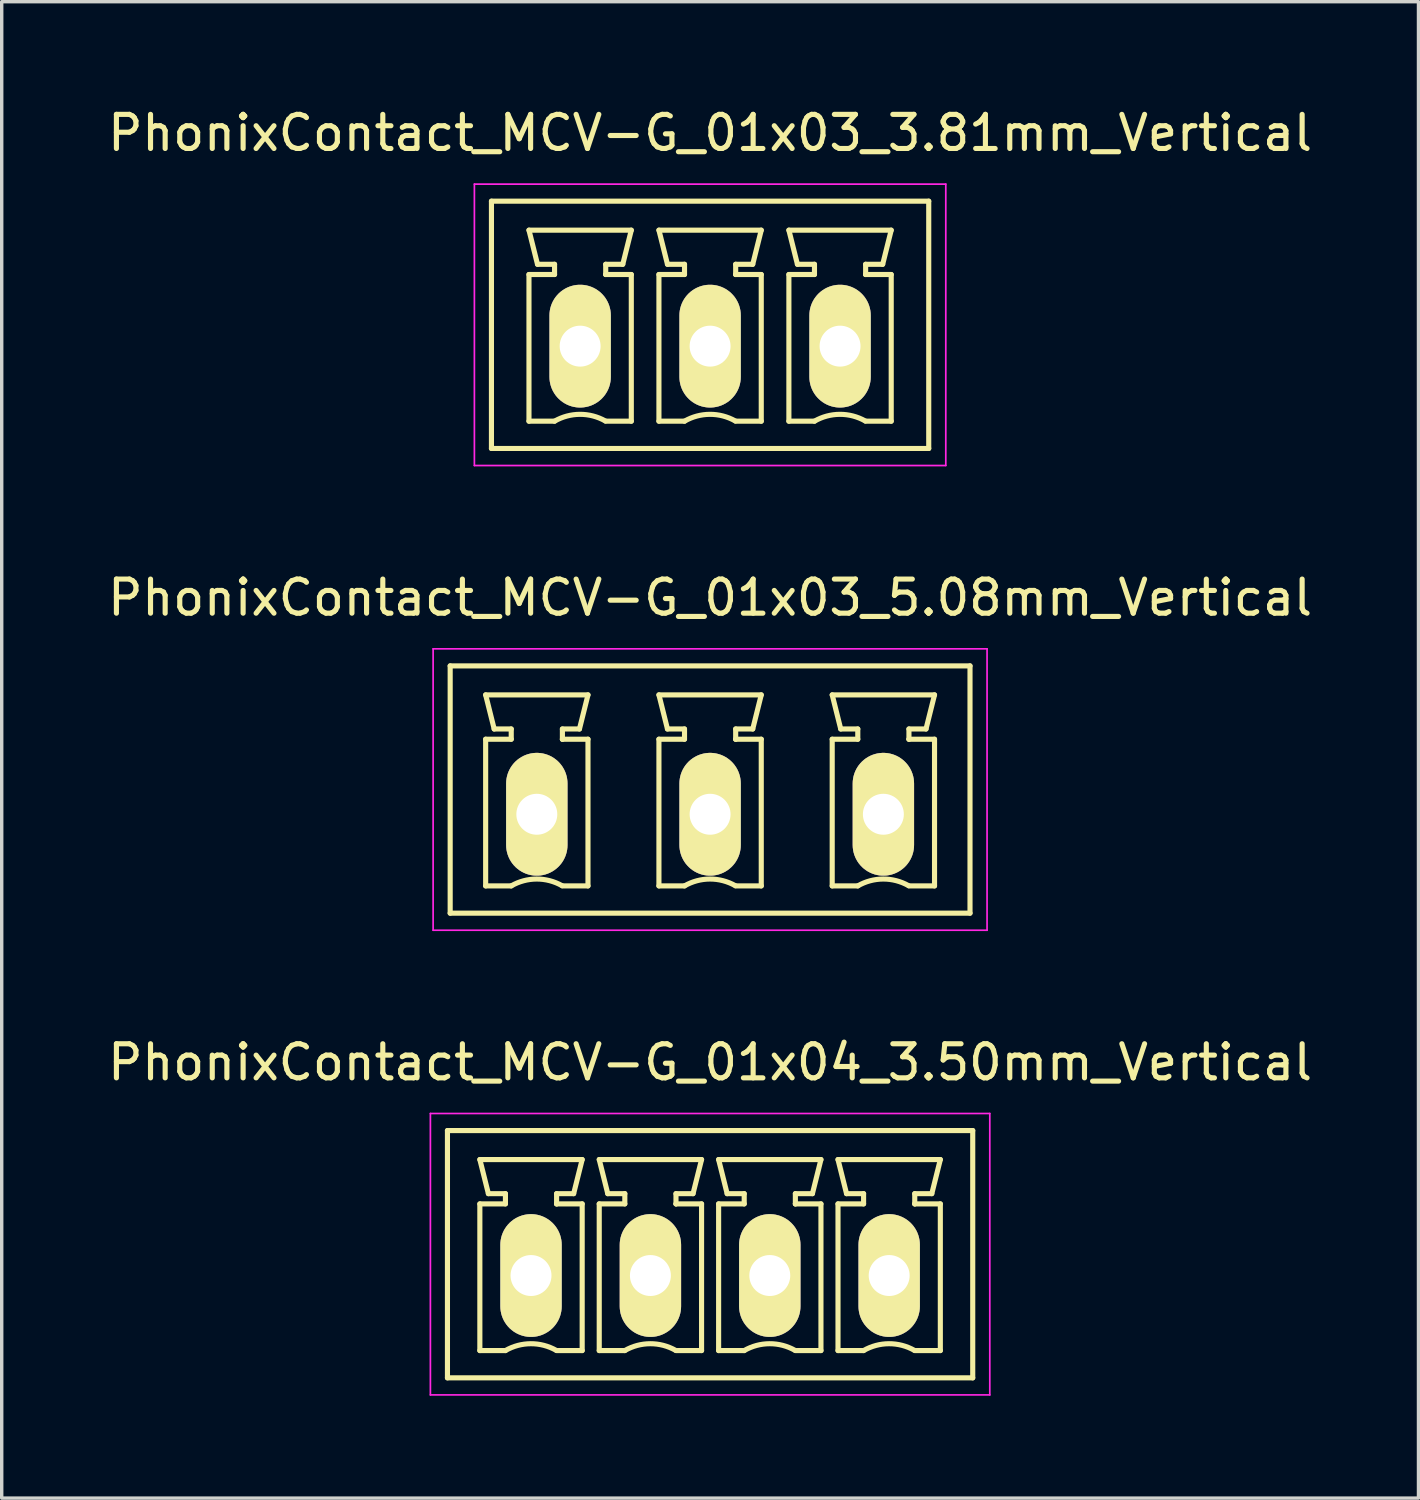
<source format=kicad_pcb>
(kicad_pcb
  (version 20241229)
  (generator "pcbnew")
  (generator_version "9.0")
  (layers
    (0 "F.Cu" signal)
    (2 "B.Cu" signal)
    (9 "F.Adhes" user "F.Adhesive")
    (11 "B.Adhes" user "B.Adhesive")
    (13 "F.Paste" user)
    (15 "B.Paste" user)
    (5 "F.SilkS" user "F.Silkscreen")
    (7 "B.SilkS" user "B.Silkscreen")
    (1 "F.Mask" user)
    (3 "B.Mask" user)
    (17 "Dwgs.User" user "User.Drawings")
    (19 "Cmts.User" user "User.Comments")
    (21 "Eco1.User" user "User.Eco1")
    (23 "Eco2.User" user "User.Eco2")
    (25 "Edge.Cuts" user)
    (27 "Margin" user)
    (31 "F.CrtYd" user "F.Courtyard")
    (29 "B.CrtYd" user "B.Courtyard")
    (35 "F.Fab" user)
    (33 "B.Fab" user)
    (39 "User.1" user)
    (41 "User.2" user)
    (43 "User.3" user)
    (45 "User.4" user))
  (footprint "PhonixContact_MCV-G_01x03_3.81mm_Vertical"
    (layer "F.Cu")
    (at 13.958 7.098)
    (property "Reference" "PhonixContact_MCV-G_01x03_3.81mm_Vertical" (at 3.81 -6.25 0) (layer "F.SilkS") (effects (font (size 1 1) (thickness 0.15))))
    (attr through_hole)
    (fp_line (start -2.6 -4.25) (end -2.6 3) (stroke (width 0.15) (type solid)) (layer "F.SilkS"))
    (fp_line (start -2.6 3) (end 10.22 3) (stroke (width 0.15) (type solid)) (layer "F.SilkS"))
    (fp_line (start -1.5 -3.4) (end 1.5 -3.4) (stroke (width 0.15) (type solid)) (layer "F.SilkS"))
    (fp_line (start -1.5 -2.1) (end -0.75 -2.1) (stroke (width 0.15) (type solid)) (layer "F.SilkS"))
    (fp_line (start -1.5 2.2) (end -1.5 -2.1) (stroke (width 0.15) (type solid)) (layer "F.SilkS"))
    (fp_line (start -1.25 -2.4) (end -1.5 -3.4) (stroke (width 0.15) (type solid)) (layer "F.SilkS"))
    (fp_line (start -0.75 -2.4) (end -1.25 -2.4) (stroke (width 0.15) (type solid)) (layer "F.SilkS"))
    (fp_line (start -0.75 -2.1) (end -0.75 -2.4) (stroke (width 0.15) (type solid)) (layer "F.SilkS"))
    (fp_line (start -0.75 2.2) (end -1.5 2.2) (stroke (width 0.15) (type solid)) (layer "F.SilkS"))
    (fp_line (start 0.75 -2.4) (end 0.75 -2.1) (stroke (width 0.15) (type solid)) (layer "F.SilkS"))
    (fp_line (start 0.75 -2.1) (end 0.75 -2.1) (stroke (width 0.15) (type solid)) (layer "F.SilkS"))
    (fp_line (start 0.75 -2.1) (end 1.5 -2.1) (stroke (width 0.15) (type solid)) (layer "F.SilkS"))
    (fp_line (start 1.25 -2.4) (end 0.75 -2.4) (stroke (width 0.15) (type solid)) (layer "F.SilkS"))
    (fp_line (start 1.5 -3.4) (end 1.25 -2.4) (stroke (width 0.15) (type solid)) (layer "F.SilkS"))
    (fp_line (start 1.5 -2.1) (end 1.5 2.2) (stroke (width 0.15) (type solid)) (layer "F.SilkS"))
    (fp_line (start 1.5 2.2) (end 0.75 2.2) (stroke (width 0.15) (type solid)) (layer "F.SilkS"))
    (fp_line (start 2.31 -3.4) (end 5.31 -3.4) (stroke (width 0.15) (type solid)) (layer "F.SilkS"))
    (fp_line (start 2.31 -2.1) (end 3.06 -2.1) (stroke (width 0.15) (type solid)) (layer "F.SilkS"))
    (fp_line (start 2.31 2.2) (end 2.31 -2.1) (stroke (width 0.15) (type solid)) (layer "F.SilkS"))
    (fp_line (start 2.56 -2.4) (end 2.31 -3.4) (stroke (width 0.15) (type solid)) (layer "F.SilkS"))
    (fp_line (start 3.06 -2.4) (end 2.56 -2.4) (stroke (width 0.15) (type solid)) (layer "F.SilkS"))
    (fp_line (start 3.06 -2.1) (end 3.06 -2.4) (stroke (width 0.15) (type solid)) (layer "F.SilkS"))
    (fp_line (start 3.06 2.2) (end 2.31 2.2) (stroke (width 0.15) (type solid)) (layer "F.SilkS"))
    (fp_line (start 4.56 -2.4) (end 4.56 -2.1) (stroke (width 0.15) (type solid)) (layer "F.SilkS"))
    (fp_line (start 4.56 -2.1) (end 4.56 -2.1) (stroke (width 0.15) (type solid)) (layer "F.SilkS"))
    (fp_line (start 4.56 -2.1) (end 5.31 -2.1) (stroke (width 0.15) (type solid)) (layer "F.SilkS"))
    (fp_line (start 5.06 -2.4) (end 4.56 -2.4) (stroke (width 0.15) (type solid)) (layer "F.SilkS"))
    (fp_line (start 5.31 -3.4) (end 5.06 -2.4) (stroke (width 0.15) (type solid)) (layer "F.SilkS"))
    (fp_line (start 5.31 -2.1) (end 5.31 2.2) (stroke (width 0.15) (type solid)) (layer "F.SilkS"))
    (fp_line (start 5.31 2.2) (end 4.56 2.2) (stroke (width 0.15) (type solid)) (layer "F.SilkS"))
    (fp_line (start 6.12 -3.4) (end 9.12 -3.4) (stroke (width 0.15) (type solid)) (layer "F.SilkS"))
    (fp_line (start 6.12 -2.1) (end 6.87 -2.1) (stroke (width 0.15) (type solid)) (layer "F.SilkS"))
    (fp_line (start 6.12 2.2) (end 6.12 -2.1) (stroke (width 0.15) (type solid)) (layer "F.SilkS"))
    (fp_line (start 6.37 -2.4) (end 6.12 -3.4) (stroke (width 0.15) (type solid)) (layer "F.SilkS"))
    (fp_line (start 6.87 -2.4) (end 6.37 -2.4) (stroke (width 0.15) (type solid)) (layer "F.SilkS"))
    (fp_line (start 6.87 -2.1) (end 6.87 -2.4) (stroke (width 0.15) (type solid)) (layer "F.SilkS"))
    (fp_line (start 6.87 2.2) (end 6.12 2.2) (stroke (width 0.15) (type solid)) (layer "F.SilkS"))
    (fp_line (start 8.37 -2.4) (end 8.37 -2.1) (stroke (width 0.15) (type solid)) (layer "F.SilkS"))
    (fp_line (start 8.37 -2.1) (end 8.37 -2.1) (stroke (width 0.15) (type solid)) (layer "F.SilkS"))
    (fp_line (start 8.37 -2.1) (end 9.12 -2.1) (stroke (width 0.15) (type solid)) (layer "F.SilkS"))
    (fp_line (start 8.87 -2.4) (end 8.37 -2.4) (stroke (width 0.15) (type solid)) (layer "F.SilkS"))
    (fp_line (start 9.12 -3.4) (end 8.87 -2.4) (stroke (width 0.15) (type solid)) (layer "F.SilkS"))
    (fp_line (start 9.12 -2.1) (end 9.12 2.2) (stroke (width 0.15) (type solid)) (layer "F.SilkS"))
    (fp_line (start 9.12 2.2) (end 8.37 2.2) (stroke (width 0.15) (type solid)) (layer "F.SilkS"))
    (fp_line (start 10.22 -4.25) (end -2.6 -4.25) (stroke (width 0.15) (type solid)) (layer "F.SilkS"))
    (fp_line (start 10.22 3) (end 10.22 -4.25) (stroke (width 0.15) (type solid)) (layer "F.SilkS"))
    (fp_arc (start -0.75 2.2) (mid -0.006068 1.999179) (end 0.739464 2.193978) (stroke (width 0.15) (type solid)) (layer "F.SilkS"))
    (fp_arc (start 3.06 2.2) (mid 3.803932 1.999179) (end 4.549464 2.193978) (stroke (width 0.15) (type solid)) (layer "F.SilkS"))
    (fp_arc (start 6.87 2.2) (mid 7.613932 1.999179) (end 8.359464 2.193978) (stroke (width 0.15) (type solid)) (layer "F.SilkS"))
    (fp_line (start -3.1 -4.75) (end -3.1 3.5) (stroke (width 0.05) (type solid)) (layer "F.CrtYd"))
    (fp_line (start -3.1 3.5) (end 10.72 3.5) (stroke (width 0.05) (type solid)) (layer "F.CrtYd"))
    (fp_line (start 10.72 -4.75) (end -3.1 -4.75) (stroke (width 0.05) (type solid)) (layer "F.CrtYd"))
    (fp_line (start 10.72 3.5) (end 10.72 -4.75) (stroke (width 0.05) (type solid)) (layer "F.CrtYd"))
    (pad "1" thru_hole oval (at 0 0) (size 1.8 3.6) (drill 1.2) (layers "*.Cu" "*.Mask" "F.SilkS"))
    (pad "2" thru_hole oval (at 3.81 0) (size 1.8 3.6) (drill 1.2) (layers "*.Cu" "*.Mask" "F.SilkS"))
    (pad "3" thru_hole oval (at 7.62 0) (size 1.8 3.6) (drill 1.2) (layers "*.Cu" "*.Mask" "F.SilkS")))
  (footprint "PhonixContact_MCV-G_01x03_5.08mm_Vertical"
    (layer "F.Cu")
    (at 12.688 20.822)
    (property "Reference" "PhonixContact_MCV-G_01x03_5.08mm_Vertical" (at 5.08 -6.35 0) (layer "F.SilkS") (effects (font (size 1 1) (thickness 0.15))))
    (attr through_hole)
    (fp_line (start -2.54 -4.35) (end -2.54 2.9) (stroke (width 0.15) (type solid)) (layer "F.SilkS"))
    (fp_line (start -2.54 2.9) (end 12.7 2.9) (stroke (width 0.15) (type solid)) (layer "F.SilkS"))
    (fp_line (start -1.5 -3.5) (end 1.5 -3.5) (stroke (width 0.15) (type solid)) (layer "F.SilkS"))
    (fp_line (start -1.5 -2.2) (end -0.75 -2.2) (stroke (width 0.15) (type solid)) (layer "F.SilkS"))
    (fp_line (start -1.5 2.1) (end -1.5 -2.2) (stroke (width 0.15) (type solid)) (layer "F.SilkS"))
    (fp_line (start -1.25 -2.5) (end -1.5 -3.5) (stroke (width 0.15) (type solid)) (layer "F.SilkS"))
    (fp_line (start -0.75 -2.5) (end -1.25 -2.5) (stroke (width 0.15) (type solid)) (layer "F.SilkS"))
    (fp_line (start -0.75 -2.2) (end -0.75 -2.5) (stroke (width 0.15) (type solid)) (layer "F.SilkS"))
    (fp_line (start -0.75 2.1) (end -1.5 2.1) (stroke (width 0.15) (type solid)) (layer "F.SilkS"))
    (fp_line (start 0.75 -2.5) (end 0.75 -2.2) (stroke (width 0.15) (type solid)) (layer "F.SilkS"))
    (fp_line (start 0.75 -2.2) (end 0.75 -2.2) (stroke (width 0.15) (type solid)) (layer "F.SilkS"))
    (fp_line (start 0.75 -2.2) (end 1.5 -2.2) (stroke (width 0.15) (type solid)) (layer "F.SilkS"))
    (fp_line (start 1.25 -2.5) (end 0.75 -2.5) (stroke (width 0.15) (type solid)) (layer "F.SilkS"))
    (fp_line (start 1.5 -3.5) (end 1.25 -2.5) (stroke (width 0.15) (type solid)) (layer "F.SilkS"))
    (fp_line (start 1.5 -2.2) (end 1.5 2.1) (stroke (width 0.15) (type solid)) (layer "F.SilkS"))
    (fp_line (start 1.5 2.1) (end 0.75 2.1) (stroke (width 0.15) (type solid)) (layer "F.SilkS"))
    (fp_line (start 3.58 -3.5) (end 6.58 -3.5) (stroke (width 0.15) (type solid)) (layer "F.SilkS"))
    (fp_line (start 3.58 -2.2) (end 4.33 -2.2) (stroke (width 0.15) (type solid)) (layer "F.SilkS"))
    (fp_line (start 3.58 2.1) (end 3.58 -2.2) (stroke (width 0.15) (type solid)) (layer "F.SilkS"))
    (fp_line (start 3.83 -2.5) (end 3.58 -3.5) (stroke (width 0.15) (type solid)) (layer "F.SilkS"))
    (fp_line (start 4.33 -2.5) (end 3.83 -2.5) (stroke (width 0.15) (type solid)) (layer "F.SilkS"))
    (fp_line (start 4.33 -2.2) (end 4.33 -2.5) (stroke (width 0.15) (type solid)) (layer "F.SilkS"))
    (fp_line (start 4.33 2.1) (end 3.58 2.1) (stroke (width 0.15) (type solid)) (layer "F.SilkS"))
    (fp_line (start 5.83 -2.5) (end 5.83 -2.2) (stroke (width 0.15) (type solid)) (layer "F.SilkS"))
    (fp_line (start 5.83 -2.2) (end 5.83 -2.2) (stroke (width 0.15) (type solid)) (layer "F.SilkS"))
    (fp_line (start 5.83 -2.2) (end 6.58 -2.2) (stroke (width 0.15) (type solid)) (layer "F.SilkS"))
    (fp_line (start 6.33 -2.5) (end 5.83 -2.5) (stroke (width 0.15) (type solid)) (layer "F.SilkS"))
    (fp_line (start 6.58 -3.5) (end 6.33 -2.5) (stroke (width 0.15) (type solid)) (layer "F.SilkS"))
    (fp_line (start 6.58 -2.2) (end 6.58 2.1) (stroke (width 0.15) (type solid)) (layer "F.SilkS"))
    (fp_line (start 6.58 2.1) (end 5.83 2.1) (stroke (width 0.15) (type solid)) (layer "F.SilkS"))
    (fp_line (start 8.66 -3.5) (end 11.66 -3.5) (stroke (width 0.15) (type solid)) (layer "F.SilkS"))
    (fp_line (start 8.66 -2.2) (end 9.41 -2.2) (stroke (width 0.15) (type solid)) (layer "F.SilkS"))
    (fp_line (start 8.66 2.1) (end 8.66 -2.2) (stroke (width 0.15) (type solid)) (layer "F.SilkS"))
    (fp_line (start 8.91 -2.5) (end 8.66 -3.5) (stroke (width 0.15) (type solid)) (layer "F.SilkS"))
    (fp_line (start 9.41 -2.5) (end 8.91 -2.5) (stroke (width 0.15) (type solid)) (layer "F.SilkS"))
    (fp_line (start 9.41 -2.2) (end 9.41 -2.5) (stroke (width 0.15) (type solid)) (layer "F.SilkS"))
    (fp_line (start 9.41 2.1) (end 8.66 2.1) (stroke (width 0.15) (type solid)) (layer "F.SilkS"))
    (fp_line (start 10.91 -2.5) (end 10.91 -2.2) (stroke (width 0.15) (type solid)) (layer "F.SilkS"))
    (fp_line (start 10.91 -2.2) (end 10.91 -2.2) (stroke (width 0.15) (type solid)) (layer "F.SilkS"))
    (fp_line (start 10.91 -2.2) (end 11.66 -2.2) (stroke (width 0.15) (type solid)) (layer "F.SilkS"))
    (fp_line (start 11.41 -2.5) (end 10.91 -2.5) (stroke (width 0.15) (type solid)) (layer "F.SilkS"))
    (fp_line (start 11.66 -3.5) (end 11.41 -2.5) (stroke (width 0.15) (type solid)) (layer "F.SilkS"))
    (fp_line (start 11.66 -2.2) (end 11.66 2.1) (stroke (width 0.15) (type solid)) (layer "F.SilkS"))
    (fp_line (start 11.66 2.1) (end 10.91 2.1) (stroke (width 0.15) (type solid)) (layer "F.SilkS"))
    (fp_line (start 12.7 -4.35) (end -2.54 -4.35) (stroke (width 0.15) (type solid)) (layer "F.SilkS"))
    (fp_line (start 12.7 2.9) (end 12.7 -4.35) (stroke (width 0.15) (type solid)) (layer "F.SilkS"))
    (fp_arc (start -0.75 2.1) (mid -0.006068 1.899179) (end 0.739464 2.093978) (stroke (width 0.15) (type solid)) (layer "F.SilkS"))
    (fp_arc (start 4.33 2.1) (mid 5.073932 1.899179) (end 5.819464 2.093978) (stroke (width 0.15) (type solid)) (layer "F.SilkS"))
    (fp_arc (start 9.41 2.1) (mid 10.153932 1.899179) (end 10.899464 2.093978) (stroke (width 0.15) (type solid)) (layer "F.SilkS"))
    (fp_line (start -3.04 -4.85) (end -3.04 3.4) (stroke (width 0.05) (type solid)) (layer "F.CrtYd"))
    (fp_line (start -3.04 3.4) (end 13.2 3.4) (stroke (width 0.05) (type solid)) (layer "F.CrtYd"))
    (fp_line (start 13.2 -4.85) (end -3.04 -4.85) (stroke (width 0.05) (type solid)) (layer "F.CrtYd"))
    (fp_line (start 13.2 3.4) (end 13.2 -4.85) (stroke (width 0.05) (type solid)) (layer "F.CrtYd"))
    (pad "1" thru_hole oval (at 0 0) (size 1.8 3.6) (drill 1.2) (layers "*.Cu" "*.Mask" "F.SilkS"))
    (pad "2" thru_hole oval (at 5.08 0) (size 1.8 3.6) (drill 1.2) (layers "*.Cu" "*.Mask" "F.SilkS"))
    (pad "3" thru_hole oval (at 10.16 0) (size 1.8 3.6) (drill 1.2) (layers "*.Cu" "*.Mask" "F.SilkS")))
  (footprint "PhonixContact_MCV-G_01x04_3.50mm_Vertical"
    (layer "F.Cu")
    (at 12.518 34.345)
    (property "Reference" "PhonixContact_MCV-G_01x04_3.50mm_Vertical" (at 5.25 -6.25 0) (layer "F.SilkS") (effects (font (size 1 1) (thickness 0.15))))
    (attr through_hole)
    (fp_line (start -2.45 -4.25) (end -2.45 3) (stroke (width 0.15) (type solid)) (layer "F.SilkS"))
    (fp_line (start -2.45 3) (end 12.95 3) (stroke (width 0.15) (type solid)) (layer "F.SilkS"))
    (fp_line (start -1.5 -3.4) (end 1.5 -3.4) (stroke (width 0.15) (type solid)) (layer "F.SilkS"))
    (fp_line (start -1.5 -2.1) (end -0.75 -2.1) (stroke (width 0.15) (type solid)) (layer "F.SilkS"))
    (fp_line (start -1.5 2.2) (end -1.5 -2.1) (stroke (width 0.15) (type solid)) (layer "F.SilkS"))
    (fp_line (start -1.25 -2.4) (end -1.5 -3.4) (stroke (width 0.15) (type solid)) (layer "F.SilkS"))
    (fp_line (start -0.75 -2.4) (end -1.25 -2.4) (stroke (width 0.15) (type solid)) (layer "F.SilkS"))
    (fp_line (start -0.75 -2.1) (end -0.75 -2.4) (stroke (width 0.15) (type solid)) (layer "F.SilkS"))
    (fp_line (start -0.75 2.2) (end -1.5 2.2) (stroke (width 0.15) (type solid)) (layer "F.SilkS"))
    (fp_line (start 0.75 -2.4) (end 0.75 -2.1) (stroke (width 0.15) (type solid)) (layer "F.SilkS"))
    (fp_line (start 0.75 -2.1) (end 0.75 -2.1) (stroke (width 0.15) (type solid)) (layer "F.SilkS"))
    (fp_line (start 0.75 -2.1) (end 1.5 -2.1) (stroke (width 0.15) (type solid)) (layer "F.SilkS"))
    (fp_line (start 1.25 -2.4) (end 0.75 -2.4) (stroke (width 0.15) (type solid)) (layer "F.SilkS"))
    (fp_line (start 1.5 -3.4) (end 1.25 -2.4) (stroke (width 0.15) (type solid)) (layer "F.SilkS"))
    (fp_line (start 1.5 -2.1) (end 1.5 2.2) (stroke (width 0.15) (type solid)) (layer "F.SilkS"))
    (fp_line (start 1.5 2.2) (end 0.75 2.2) (stroke (width 0.15) (type solid)) (layer "F.SilkS"))
    (fp_line (start 2 -3.4) (end 5 -3.4) (stroke (width 0.15) (type solid)) (layer "F.SilkS"))
    (fp_line (start 2 -2.1) (end 2.75 -2.1) (stroke (width 0.15) (type solid)) (layer "F.SilkS"))
    (fp_line (start 2 2.2) (end 2 -2.1) (stroke (width 0.15) (type solid)) (layer "F.SilkS"))
    (fp_line (start 2.25 -2.4) (end 2 -3.4) (stroke (width 0.15) (type solid)) (layer "F.SilkS"))
    (fp_line (start 2.75 -2.4) (end 2.25 -2.4) (stroke (width 0.15) (type solid)) (layer "F.SilkS"))
    (fp_line (start 2.75 -2.1) (end 2.75 -2.4) (stroke (width 0.15) (type solid)) (layer "F.SilkS"))
    (fp_line (start 2.75 2.2) (end 2 2.2) (stroke (width 0.15) (type solid)) (layer "F.SilkS"))
    (fp_line (start 4.25 -2.4) (end 4.25 -2.1) (stroke (width 0.15) (type solid)) (layer "F.SilkS"))
    (fp_line (start 4.25 -2.1) (end 4.25 -2.1) (stroke (width 0.15) (type solid)) (layer "F.SilkS"))
    (fp_line (start 4.25 -2.1) (end 5 -2.1) (stroke (width 0.15) (type solid)) (layer "F.SilkS"))
    (fp_line (start 4.75 -2.4) (end 4.25 -2.4) (stroke (width 0.15) (type solid)) (layer "F.SilkS"))
    (fp_line (start 5 -3.4) (end 4.75 -2.4) (stroke (width 0.15) (type solid)) (layer "F.SilkS"))
    (fp_line (start 5 -2.1) (end 5 2.2) (stroke (width 0.15) (type solid)) (layer "F.SilkS"))
    (fp_line (start 5 2.2) (end 4.25 2.2) (stroke (width 0.15) (type solid)) (layer "F.SilkS"))
    (fp_line (start 5.5 -3.4) (end 8.5 -3.4) (stroke (width 0.15) (type solid)) (layer "F.SilkS"))
    (fp_line (start 5.5 -2.1) (end 6.25 -2.1) (stroke (width 0.15) (type solid)) (layer "F.SilkS"))
    (fp_line (start 5.5 2.2) (end 5.5 -2.1) (stroke (width 0.15) (type solid)) (layer "F.SilkS"))
    (fp_line (start 5.75 -2.4) (end 5.5 -3.4) (stroke (width 0.15) (type solid)) (layer "F.SilkS"))
    (fp_line (start 6.25 -2.4) (end 5.75 -2.4) (stroke (width 0.15) (type solid)) (layer "F.SilkS"))
    (fp_line (start 6.25 -2.1) (end 6.25 -2.4) (stroke (width 0.15) (type solid)) (layer "F.SilkS"))
    (fp_line (start 6.25 2.2) (end 5.5 2.2) (stroke (width 0.15) (type solid)) (layer "F.SilkS"))
    (fp_line (start 7.75 -2.4) (end 7.75 -2.1) (stroke (width 0.15) (type solid)) (layer "F.SilkS"))
    (fp_line (start 7.75 -2.1) (end 7.75 -2.1) (stroke (width 0.15) (type solid)) (layer "F.SilkS"))
    (fp_line (start 7.75 -2.1) (end 8.5 -2.1) (stroke (width 0.15) (type solid)) (layer "F.SilkS"))
    (fp_line (start 8.25 -2.4) (end 7.75 -2.4) (stroke (width 0.15) (type solid)) (layer "F.SilkS"))
    (fp_line (start 8.5 -3.4) (end 8.25 -2.4) (stroke (width 0.15) (type solid)) (layer "F.SilkS"))
    (fp_line (start 8.5 -2.1) (end 8.5 2.2) (stroke (width 0.15) (type solid)) (layer "F.SilkS"))
    (fp_line (start 8.5 2.2) (end 7.75 2.2) (stroke (width 0.15) (type solid)) (layer "F.SilkS"))
    (fp_line (start 9 -3.4) (end 12 -3.4) (stroke (width 0.15) (type solid)) (layer "F.SilkS"))
    (fp_line (start 9 -2.1) (end 9.75 -2.1) (stroke (width 0.15) (type solid)) (layer "F.SilkS"))
    (fp_line (start 9 2.2) (end 9 -2.1) (stroke (width 0.15) (type solid)) (layer "F.SilkS"))
    (fp_line (start 9.25 -2.4) (end 9 -3.4) (stroke (width 0.15) (type solid)) (layer "F.SilkS"))
    (fp_line (start 9.75 -2.4) (end 9.25 -2.4) (stroke (width 0.15) (type solid)) (layer "F.SilkS"))
    (fp_line (start 9.75 -2.1) (end 9.75 -2.4) (stroke (width 0.15) (type solid)) (layer "F.SilkS"))
    (fp_line (start 9.75 2.2) (end 9 2.2) (stroke (width 0.15) (type solid)) (layer "F.SilkS"))
    (fp_line (start 11.25 -2.4) (end 11.25 -2.1) (stroke (width 0.15) (type solid)) (layer "F.SilkS"))
    (fp_line (start 11.25 -2.1) (end 11.25 -2.1) (stroke (width 0.15) (type solid)) (layer "F.SilkS"))
    (fp_line (start 11.25 -2.1) (end 12 -2.1) (stroke (width 0.15) (type solid)) (layer "F.SilkS"))
    (fp_line (start 11.75 -2.4) (end 11.25 -2.4) (stroke (width 0.15) (type solid)) (layer "F.SilkS"))
    (fp_line (start 12 -3.4) (end 11.75 -2.4) (stroke (width 0.15) (type solid)) (layer "F.SilkS"))
    (fp_line (start 12 -2.1) (end 12 2.2) (stroke (width 0.15) (type solid)) (layer "F.SilkS"))
    (fp_line (start 12 2.2) (end 11.25 2.2) (stroke (width 0.15) (type solid)) (layer "F.SilkS"))
    (fp_line (start 12.95 -4.25) (end -2.45 -4.25) (stroke (width 0.15) (type solid)) (layer "F.SilkS"))
    (fp_line (start 12.95 3) (end 12.95 -4.25) (stroke (width 0.15) (type solid)) (layer "F.SilkS"))
    (fp_arc (start -0.75 2.2) (mid -0.006068 1.999179) (end 0.739464 2.193978) (stroke (width 0.15) (type solid)) (layer "F.SilkS"))
    (fp_arc (start 2.75 2.2) (mid 3.493932 1.999179) (end 4.239464 2.193978) (stroke (width 0.15) (type solid)) (layer "F.SilkS"))
    (fp_arc (start 6.25 2.2) (mid 6.993932 1.999179) (end 7.739464 2.193978) (stroke (width 0.15) (type solid)) (layer "F.SilkS"))
    (fp_arc (start 9.75 2.2) (mid 10.493932 1.999179) (end 11.239464 2.193978) (stroke (width 0.15) (type solid)) (layer "F.SilkS"))
    (fp_line (start -2.95 -4.75) (end -2.95 3.5) (stroke (width 0.05) (type solid)) (layer "F.CrtYd"))
    (fp_line (start -2.95 3.5) (end 13.45 3.5) (stroke (width 0.05) (type solid)) (layer "F.CrtYd"))
    (fp_line (start 13.45 -4.75) (end -2.95 -4.75) (stroke (width 0.05) (type solid)) (layer "F.CrtYd"))
    (fp_line (start 13.45 3.5) (end 13.45 -4.75) (stroke (width 0.05) (type solid)) (layer "F.CrtYd"))
    (pad "1" thru_hole oval (at 0 0) (size 1.8 3.6) (drill 1.2) (layers "*.Cu" "*.Mask" "F.SilkS"))
    (pad "2" thru_hole oval (at 3.5 0) (size 1.8 3.6) (drill 1.2) (layers "*.Cu" "*.Mask" "F.SilkS"))
    (pad "3" thru_hole oval (at 7 0) (size 1.8 3.6) (drill 1.2) (layers "*.Cu" "*.Mask" "F.SilkS"))
    (pad "4" thru_hole oval (at 10.5 0) (size 1.8 3.6) (drill 1.2) (layers "*.Cu" "*.Mask" "F.SilkS")))
  (gr_rect
    (start -3 -3)
    (end 38.536 40.87)
    (stroke (width 0.1) (type default))
    (fill no)
    (layer "Edge.Cuts")))
</source>
